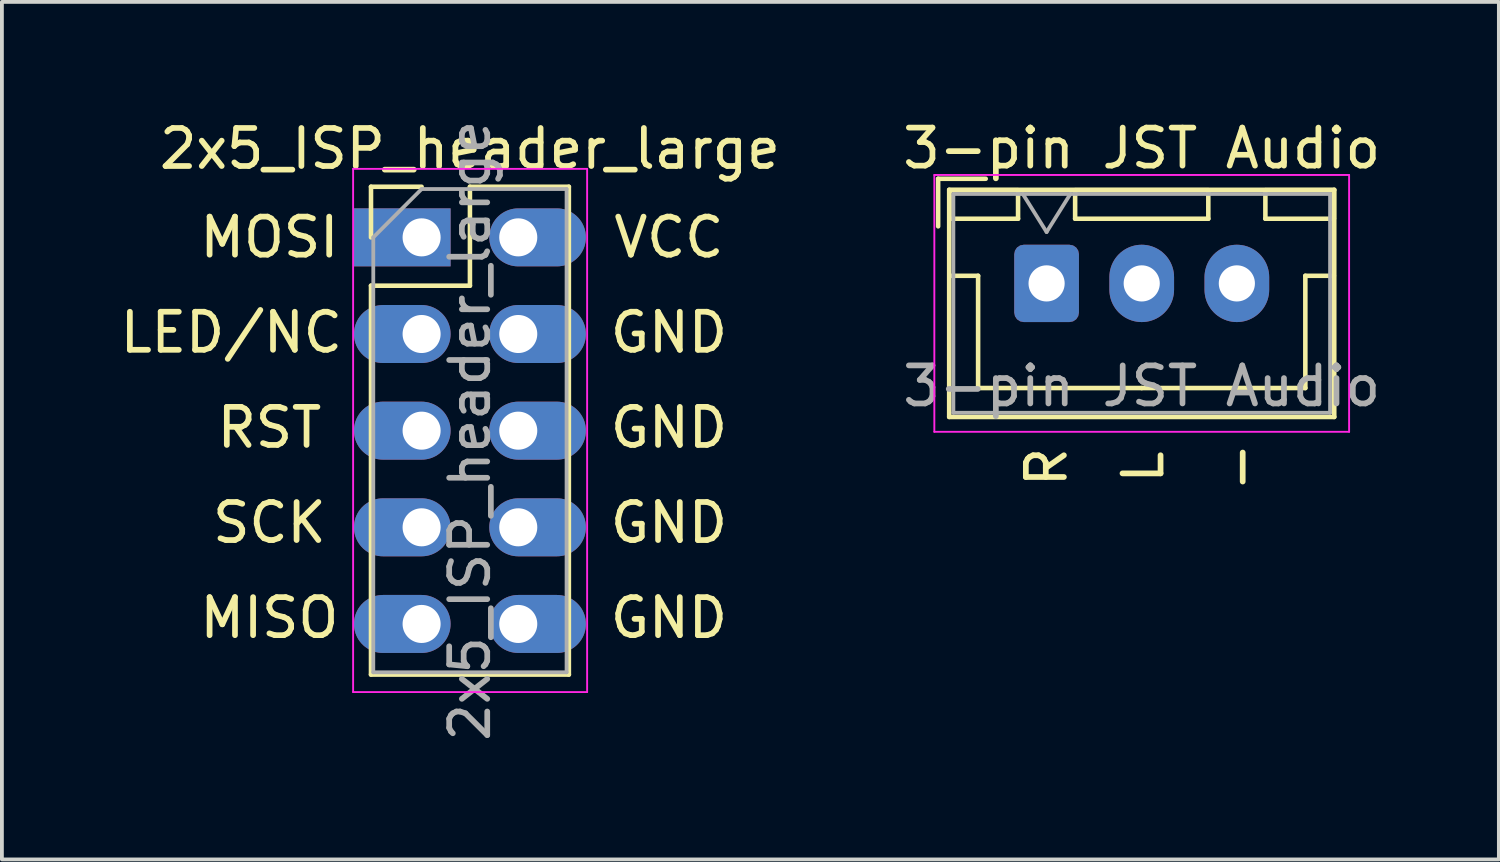
<source format=kicad_pcb>
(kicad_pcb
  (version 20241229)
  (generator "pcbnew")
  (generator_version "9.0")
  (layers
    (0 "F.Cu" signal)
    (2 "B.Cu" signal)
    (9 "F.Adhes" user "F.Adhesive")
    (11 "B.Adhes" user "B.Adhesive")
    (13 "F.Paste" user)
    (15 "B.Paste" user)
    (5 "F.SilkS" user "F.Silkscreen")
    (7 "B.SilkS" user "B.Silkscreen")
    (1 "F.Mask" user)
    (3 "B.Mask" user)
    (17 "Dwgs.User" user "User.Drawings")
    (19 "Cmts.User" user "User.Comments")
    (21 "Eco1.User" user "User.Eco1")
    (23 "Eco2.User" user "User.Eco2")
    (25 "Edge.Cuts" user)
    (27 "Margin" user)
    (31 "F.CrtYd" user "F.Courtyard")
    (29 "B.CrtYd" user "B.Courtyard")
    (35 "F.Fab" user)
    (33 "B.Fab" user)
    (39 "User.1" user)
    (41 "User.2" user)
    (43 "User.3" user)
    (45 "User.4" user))
  (footprint "3-pin JST Audio"
    (layer "F.Cu")
    (at 24.455 4.398)
    (property "Reference" "3-pin JST Audio" (at 2.5 -3.55 0) (layer "F.SilkS") (effects (font (size 1 1) (thickness 0.15))))
    (attr through_hole)
    (fp_line (start -2.85 -2.75) (end -2.85 -1.5) (stroke (width 0.12) (type solid)) (layer "F.SilkS"))
    (fp_line (start -2.56 -2.46) (end -2.56 3.51) (stroke (width 0.12) (type solid)) (layer "F.SilkS"))
    (fp_line (start -2.56 3.51) (end 7.56 3.51) (stroke (width 0.12) (type solid)) (layer "F.SilkS"))
    (fp_line (start -2.55 -2.45) (end -2.55 -1.7) (stroke (width 0.12) (type solid)) (layer "F.SilkS"))
    (fp_line (start -2.55 -1.7) (end -0.75 -1.7) (stroke (width 0.12) (type solid)) (layer "F.SilkS"))
    (fp_line (start -2.55 -0.2) (end -1.8 -0.2) (stroke (width 0.12) (type solid)) (layer "F.SilkS"))
    (fp_line (start -1.8 -0.2) (end -1.8 2.75) (stroke (width 0.12) (type solid)) (layer "F.SilkS"))
    (fp_line (start -1.8 2.75) (end 2.5 2.75) (stroke (width 0.12) (type solid)) (layer "F.SilkS"))
    (fp_line (start -1.6 -2.75) (end -2.85 -2.75) (stroke (width 0.12) (type solid)) (layer "F.SilkS"))
    (fp_line (start -0.75 -2.45) (end -2.55 -2.45) (stroke (width 0.12) (type solid)) (layer "F.SilkS"))
    (fp_line (start -0.75 -1.7) (end -0.75 -2.45) (stroke (width 0.12) (type solid)) (layer "F.SilkS"))
    (fp_line (start 0.75 -2.45) (end 0.75 -1.7) (stroke (width 0.12) (type solid)) (layer "F.SilkS"))
    (fp_line (start 0.75 -1.7) (end 4.25 -1.7) (stroke (width 0.12) (type solid)) (layer "F.SilkS"))
    (fp_line (start 4.25 -2.45) (end 0.75 -2.45) (stroke (width 0.12) (type solid)) (layer "F.SilkS"))
    (fp_line (start 4.25 -1.7) (end 4.25 -2.45) (stroke (width 0.12) (type solid)) (layer "F.SilkS"))
    (fp_line (start 5.75 -2.45) (end 5.75 -1.7) (stroke (width 0.12) (type solid)) (layer "F.SilkS"))
    (fp_line (start 5.75 -1.7) (end 7.55 -1.7) (stroke (width 0.12) (type solid)) (layer "F.SilkS"))
    (fp_line (start 6.8 -0.2) (end 6.8 2.75) (stroke (width 0.12) (type solid)) (layer "F.SilkS"))
    (fp_line (start 6.8 2.75) (end 2.5 2.75) (stroke (width 0.12) (type solid)) (layer "F.SilkS"))
    (fp_line (start 7.55 -2.45) (end 5.75 -2.45) (stroke (width 0.12) (type solid)) (layer "F.SilkS"))
    (fp_line (start 7.55 -1.7) (end 7.55 -2.45) (stroke (width 0.12) (type solid)) (layer "F.SilkS"))
    (fp_line (start 7.55 -0.2) (end 6.8 -0.2) (stroke (width 0.12) (type solid)) (layer "F.SilkS"))
    (fp_line (start 7.56 -2.46) (end -2.56 -2.46) (stroke (width 0.12) (type solid)) (layer "F.SilkS"))
    (fp_line (start 7.56 3.51) (end 7.56 -2.46) (stroke (width 0.12) (type solid)) (layer "F.SilkS"))
    (fp_line (start -2.95 -2.85) (end -2.95 3.9) (stroke (width 0.05) (type solid)) (layer "F.CrtYd"))
    (fp_line (start -2.95 3.9) (end 7.95 3.9) (stroke (width 0.05) (type solid)) (layer "F.CrtYd"))
    (fp_line (start 7.95 -2.85) (end -2.95 -2.85) (stroke (width 0.05) (type solid)) (layer "F.CrtYd"))
    (fp_line (start 7.95 3.9) (end 7.95 -2.85) (stroke (width 0.05) (type solid)) (layer "F.CrtYd"))
    (fp_line (start -2.45 -2.35) (end -2.45 3.4) (stroke (width 0.1) (type solid)) (layer "F.Fab"))
    (fp_line (start -2.45 3.4) (end 7.45 3.4) (stroke (width 0.1) (type solid)) (layer "F.Fab"))
    (fp_line (start -0.625 -2.35) (end 0 -1.35) (stroke (width 0.1) (type solid)) (layer "F.Fab"))
    (fp_line (start 0 -1.35) (end 0.625 -2.35) (stroke (width 0.1) (type solid)) (layer "F.Fab"))
    (fp_line (start 7.45 -2.35) (end -2.45 -2.35) (stroke (width 0.1) (type solid)) (layer "F.Fab"))
    (fp_line (start 7.45 3.4) (end 7.45 -2.35) (stroke (width 0.1) (type solid)) (layer "F.Fab"))
    (fp_text user "L" (at 2.54 4.826 90) (unlocked yes) (layer "F.SilkS") (effects (font (size 1 1) (thickness 0.15))))
    (fp_text user "-" (at 5.08 4.826 90) (unlocked yes) (layer "F.SilkS") (effects (font (size 1 1) (thickness 0.15))))
    (fp_text user "R" (at 0 4.826 90) (unlocked yes) (layer "F.SilkS") (effects (font (size 1 1) (thickness 0.15))))
    (fp_text user "${REFERENCE}" (at 2.5 2.7 0) (layer "F.Fab") (effects (font (size 1 1) (thickness 0.15))))
    (pad "1" thru_hole roundrect (at 0 0) (size 1.7 2.032) (drill 0.95) (layers "*.Cu" "*.Mask") (roundrect_rratio 0.147))
    (pad "2" thru_hole oval (at 2.5 0) (size 1.7 2.032) (drill 0.95) (layers "*.Cu" "*.Mask"))
    (pad "3" thru_hole oval (at 5 0) (size 1.7 2.032) (drill 0.95) (layers "*.Cu" "*.Mask")))
  (footprint "2x5_ISP_header_large"
    (layer "F.Cu")
    (at 8.03 3.188)
    (property "Reference" "2x5_ISP_header_large" (at 1.27 -2.33 0) (layer "F.SilkS") (effects (font (size 1 1) (thickness 0.15))))
    (attr through_hole)
    (fp_line (start -1.33 -1.33) (end 0 -1.33) (stroke (width 0.12) (type solid)) (layer "F.SilkS"))
    (fp_line (start -1.33 0) (end -1.33 -1.33) (stroke (width 0.12) (type solid)) (layer "F.SilkS"))
    (fp_line (start -1.33 1.27) (end -1.33 11.49) (stroke (width 0.12) (type solid)) (layer "F.SilkS"))
    (fp_line (start -1.33 1.27) (end 1.27 1.27) (stroke (width 0.12) (type solid)) (layer "F.SilkS"))
    (fp_line (start -1.33 11.49) (end 3.87 11.49) (stroke (width 0.12) (type solid)) (layer "F.SilkS"))
    (fp_line (start 1.27 -1.33) (end 3.87 -1.33) (stroke (width 0.12) (type solid)) (layer "F.SilkS"))
    (fp_line (start 1.27 1.27) (end 1.27 -1.33) (stroke (width 0.12) (type solid)) (layer "F.SilkS"))
    (fp_line (start 3.87 -1.33) (end 3.87 11.49) (stroke (width 0.12) (type solid)) (layer "F.SilkS"))
    (fp_line (start -1.8 -1.8) (end -1.8 11.95) (stroke (width 0.05) (type solid)) (layer "F.CrtYd"))
    (fp_line (start -1.8 11.95) (end 4.35 11.95) (stroke (width 0.05) (type solid)) (layer "F.CrtYd"))
    (fp_line (start 4.35 -1.8) (end -1.8 -1.8) (stroke (width 0.05) (type solid)) (layer "F.CrtYd"))
    (fp_line (start 4.35 11.95) (end 4.35 -1.8) (stroke (width 0.05) (type solid)) (layer "F.CrtYd"))
    (fp_line (start -1.27 0) (end 0 -1.27) (stroke (width 0.1) (type solid)) (layer "F.Fab"))
    (fp_line (start -1.27 11.43) (end -1.27 0) (stroke (width 0.1) (type solid)) (layer "F.Fab"))
    (fp_line (start 0 -1.27) (end 3.81 -1.27) (stroke (width 0.1) (type solid)) (layer "F.Fab"))
    (fp_line (start 3.81 -1.27) (end 3.81 11.43) (stroke (width 0.1) (type solid)) (layer "F.Fab"))
    (fp_line (start 3.81 11.43) (end -1.27 11.43) (stroke (width 0.1) (type solid)) (layer "F.Fab"))
    (fp_text user "SCK" (at -4 7.5 0) (layer "F.SilkS") (effects (font (size 1 1) (thickness 0.15))))
    (fp_text user "VCC" (at 6.5 0 0) (layer "F.SilkS") (effects (font (size 1 1) (thickness 0.15))))
    (fp_text user "MISO" (at -4 10 0) (layer "F.SilkS") (effects (font (size 1 1) (thickness 0.15))))
    (fp_text user "MOSI" (at -4 0 0) (layer "F.SilkS") (effects (font (size 1 1) (thickness 0.15))))
    (fp_text user "GND" (at 6.5 2.5 0) (layer "F.SilkS") (effects (font (size 1 1) (thickness 0.15))))
    (fp_text user "GND" (at 6.5 10 0) (layer "F.SilkS") (effects (font (size 1 1) (thickness 0.15))))
    (fp_text user "GND" (at 6.5 7.5 0) (layer "F.SilkS") (effects (font (size 1 1) (thickness 0.15))))
    (fp_text user "LED/NC" (at -5 2.5 0) (layer "F.SilkS") (effects (font (size 1 1) (thickness 0.15))))
    (fp_text user "GND" (at 6.5 5 0) (layer "F.SilkS") (effects (font (size 1 1) (thickness 0.15))))
    (fp_text user "RST" (at -4 5 0) (layer "F.SilkS") (effects (font (size 1 1) (thickness 0.15))))
    (fp_text user "${REFERENCE}" (at 1.27 5.08 90) (layer "F.Fab") (effects (font (size 1 1) (thickness 0.15))))
    (pad "1" thru_hole rect (at 0 0) (size 2.54 1.524) (drill 1 (offset -0.508 0)) (layers "*.Cu" "*.Mask"))
    (pad "2" thru_hole oval (at 2.54 0) (size 2.54 1.524) (drill 1 (offset 0.508 0)) (layers "*.Cu" "*.Mask"))
    (pad "3" thru_hole oval (at 0 2.54) (size 2.54 1.524) (drill 1 (offset -0.508 0)) (layers "*.Cu" "*.Mask"))
    (pad "4" thru_hole oval (at 2.54 2.54) (size 2.54 1.524) (drill 1 (offset 0.508 0)) (layers "*.Cu" "*.Mask"))
    (pad "5" thru_hole oval (at 0 5.08) (size 2.54 1.524) (drill 1 (offset -0.508 0)) (layers "*.Cu" "*.Mask"))
    (pad "6" thru_hole oval (at 2.54 5.08) (size 2.54 1.524) (drill 1 (offset 0.508 0)) (layers "*.Cu" "*.Mask"))
    (pad "7" thru_hole oval (at 0 7.62) (size 2.54 1.524) (drill 1 (offset -0.508 0)) (layers "*.Cu" "*.Mask"))
    (pad "8" thru_hole oval (at 2.54 7.62) (size 2.54 1.524) (drill 1 (offset 0.508 0)) (layers "*.Cu" "*.Mask"))
    (pad "9" thru_hole oval (at 0 10.16) (size 2.54 1.524) (drill 1 (offset -0.508 0)) (layers "*.Cu" "*.Mask"))
    (pad "10" thru_hole oval (at 2.54 10.16) (size 2.54 1.524) (drill 1 (offset 0.508 0)) (layers "*.Cu" "*.Mask")))
  (gr_rect
    (start -3 -3)
    (end 36.341 19.536)
    (stroke (width 0.1) (type default))
    (fill no)
    (layer "Edge.Cuts")))
</source>
